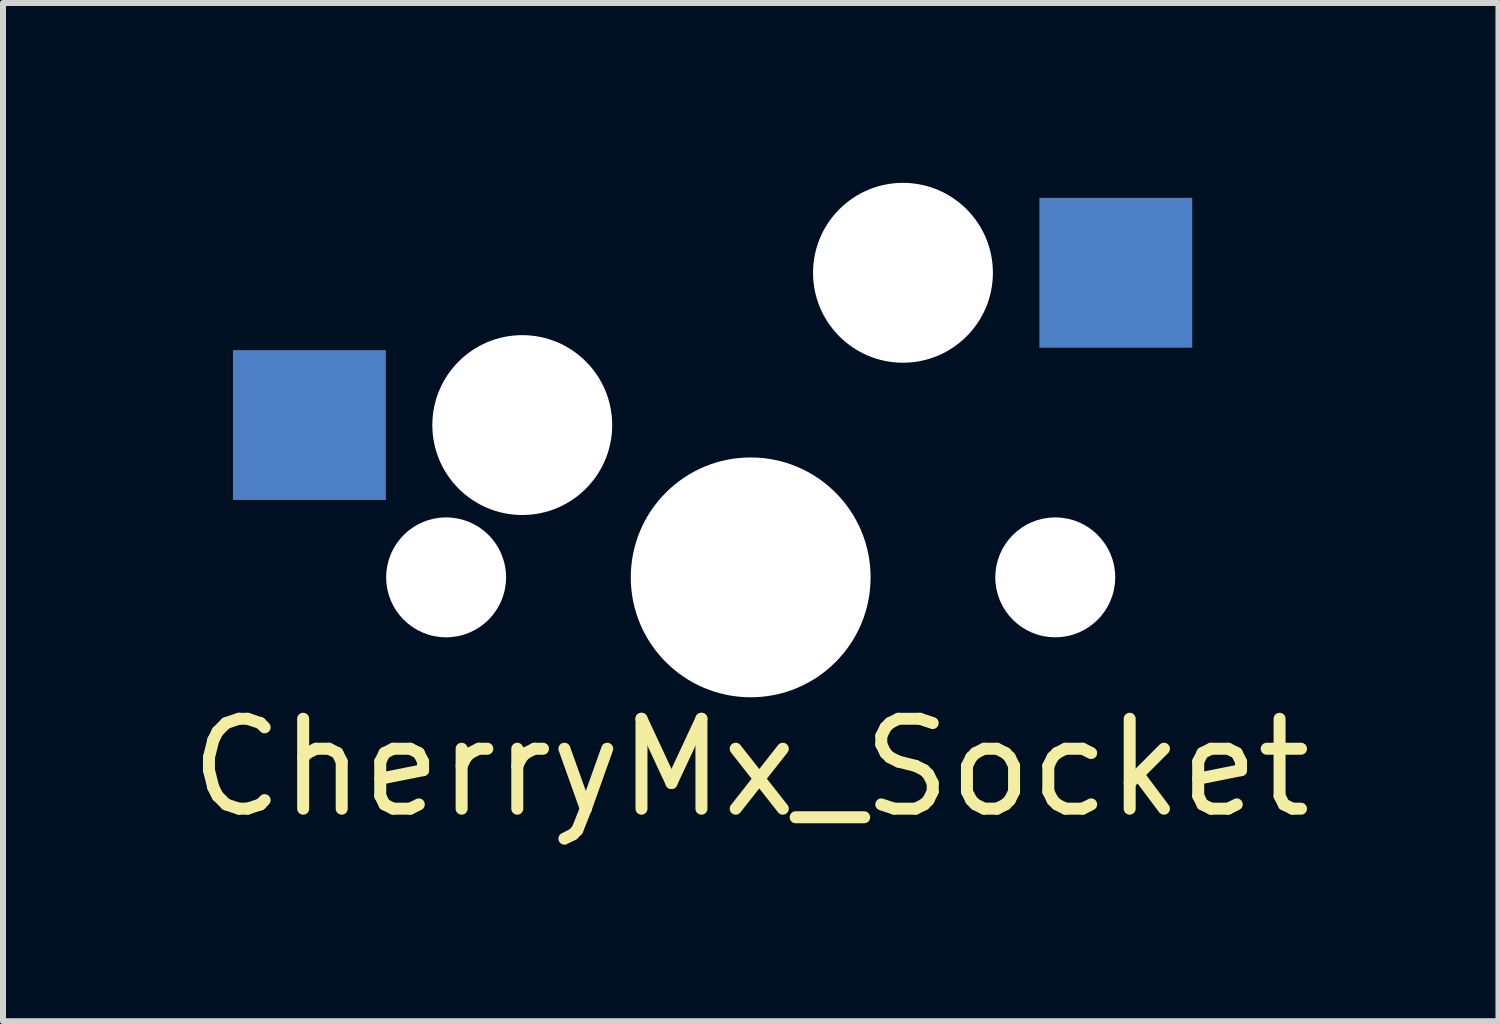
<source format=kicad_pcb>
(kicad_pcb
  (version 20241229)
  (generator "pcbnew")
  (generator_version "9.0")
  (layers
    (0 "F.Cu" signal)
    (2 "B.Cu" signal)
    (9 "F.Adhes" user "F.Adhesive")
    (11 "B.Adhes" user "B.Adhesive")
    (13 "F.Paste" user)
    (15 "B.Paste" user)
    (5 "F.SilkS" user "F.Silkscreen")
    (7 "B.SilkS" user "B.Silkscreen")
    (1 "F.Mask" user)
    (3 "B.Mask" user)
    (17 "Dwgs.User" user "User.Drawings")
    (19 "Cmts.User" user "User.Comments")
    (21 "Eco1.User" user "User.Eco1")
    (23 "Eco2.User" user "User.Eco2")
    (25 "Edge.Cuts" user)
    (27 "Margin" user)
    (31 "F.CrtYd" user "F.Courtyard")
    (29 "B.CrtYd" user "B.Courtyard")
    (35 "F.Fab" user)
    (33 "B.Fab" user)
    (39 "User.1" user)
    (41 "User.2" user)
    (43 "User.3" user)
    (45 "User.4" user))
  (footprint "CherryMx_Socket"
    (layer "F.Cu")
    (at 9.471 6.58)
    (property "Reference" "CherryMx_Socket" (at 0 3.175 180) (layer "F.SilkS") (effects (font (size 1.5 1.5) (thickness 0.2))))
    (attr through_hole)
    (fp_arc (start -0.25 0) (mid 0 -0.25) (end 0.25 0) (stroke (width 0.1) (type solid)) (layer "B.SilkS"))
    (fp_arc (start 0.25 0) (mid 0 0.25) (end -0.25 0) (stroke (width 0.1) (type solid)) (layer "B.SilkS"))
    (pad "" np_thru_hole circle (at -5.08 0) (size 2 2) (drill 2) (layers "*.Cu" "*.Mask"))
    (pad "" np_thru_hole circle (at -3.81 -2.54) (size 3 3) (drill 3) (layers "*.Cu" "*.Mask"))
    (pad "" np_thru_hole circle (at 0 0) (size 4 4) (drill 4) (layers "*.Cu" "*.Mask"))
    (pad "" np_thru_hole circle (at 2.54 -5.08) (size 3 3) (drill 3) (layers "*.Cu" "*.Mask"))
    (pad "" np_thru_hole circle (at 5.08 0) (size 2 2) (drill 2) (layers "*.Cu" "*.Mask"))
    (pad "1" smd rect (at -7.36 -2.54) (size 2.55 2.5) (layers "B.Cu" "B.Mask" "B.Paste"))
    (pad "2" smd rect (at 6.09 -5.08) (size 2.55 2.5) (layers "B.Cu" "B.Mask" "B.Paste")))
  (gr_rect
    (start -3 -3)
    (end 21.943 13.983)
    (stroke (width 0.1) (type default))
    (fill no)
    (layer "Edge.Cuts")))
</source>
